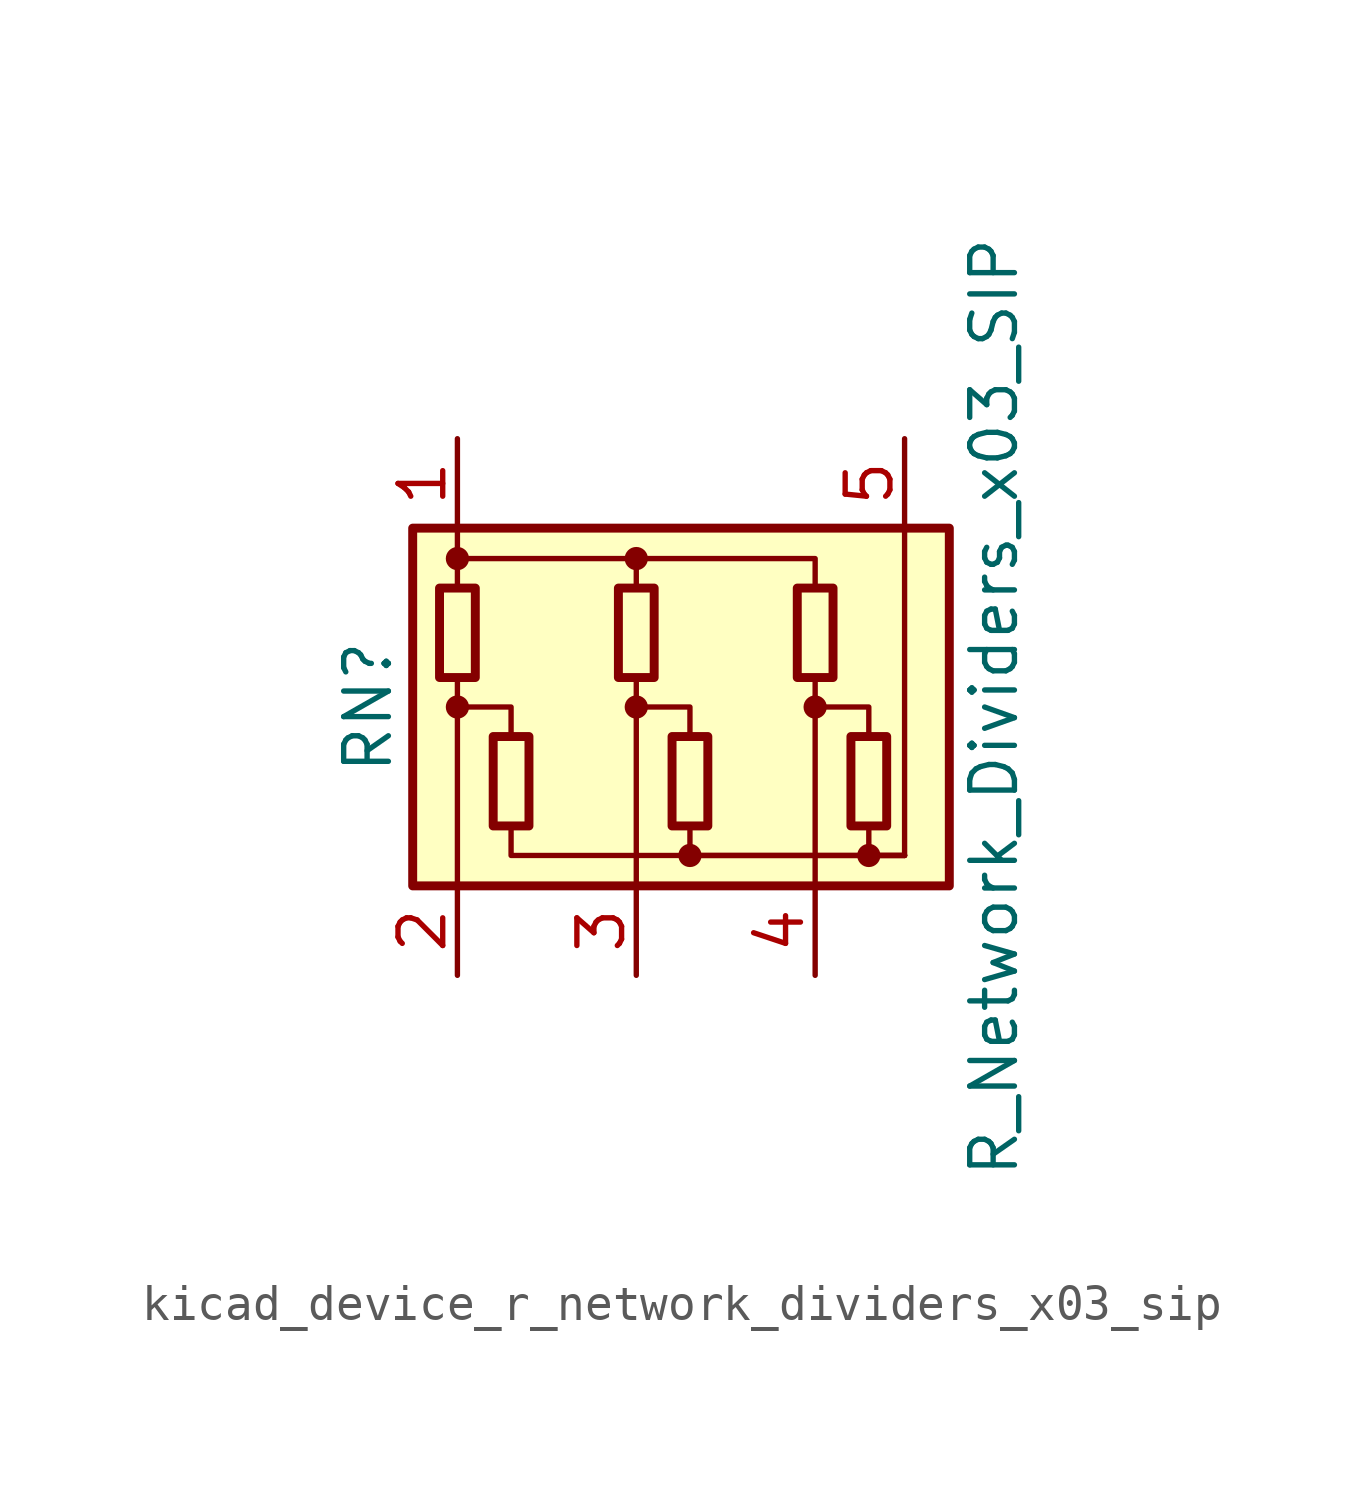
<source format=kicad_sym>
(kicad_symbol_lib
  (version 20220914)
  (generator kicad_symbol_editor)
  (symbol "kicad_device_r_network_dividers_x03_sip"
    (pin_names
      (offset 0) hide)
    (property "Reference" "RN"
      (at -7.62 0 90)
      (effects (font (size 1.27 1.27))))
    (property "Value" "R_Network_Dividers_x03_SIP"
      (at 10.16 0 90)
      (effects (font (size 1.27 1.27))))
    (symbol "kicad_device_r_network_dividers_x03_sip_0_1"
      (rectangle (start -6.35 -5.08) (end 8.89 5.08) (stroke (width 0.254) (type default)) (fill (type background)))
      (rectangle (start -5.588 3.378) (end -4.572 0.838) (stroke (width 0.254) (type default)) (fill (type none)))
      (circle (center -5.08 0) (radius 0.254) (stroke (width 0) (type default)) (fill (type outline)))
      (circle (center -5.08 4.216) (radius 0.254) (stroke (width 0) (type default)) (fill (type outline)))
      (rectangle (start -4.064 -3.378) (end -3.048 -0.838) (stroke (width 0.254) (type default)) (fill (type none)))
      (rectangle (start -0.508 3.378) (end 0.508 0.838) (stroke (width 0.254) (type default)) (fill (type none)))
      (polyline (pts (xy -5.08 -5.08) (xy -5.08 0.838)) (stroke (width 0) (type default)) (fill (type none)))
      (polyline (pts (xy -5.08 5.08) (xy -5.08 3.378)) (stroke (width 0) (type default)) (fill (type none)))
      (polyline (pts (xy 0 -5.08) (xy 0 0.838)) (stroke (width 0) (type default)) (fill (type none)))
      (polyline (pts (xy 5.08 -5.08) (xy 5.08 0.838)) (stroke (width 0) (type default)) (fill (type none)))
      (polyline (pts (xy 7.62 -4.216) (xy 7.62 5.08)) (stroke (width 0) (type default)) (fill (type none)))
      (polyline (pts (xy -5.08 0) (xy -3.556 0) (xy -3.556 -0.838)) (stroke (width 0) (type default)) (fill (type none)))
      (polyline (pts (xy -5.08 4.216) (xy 0 4.216) (xy 0 3.378)) (stroke (width 0) (type default)) (fill (type none)))
      (polyline (pts (xy -3.556 -3.378) (xy -3.556 -4.216) (xy 7.62 -4.216)) (stroke (width 0) (type default)) (fill (type none)))
      (polyline (pts (xy 0 0) (xy 1.524 0) (xy 1.524 -0.838)) (stroke (width 0) (type default)) (fill (type none)))
      (polyline (pts (xy 0 4.216) (xy 5.08 4.216) (xy 5.08 3.378)) (stroke (width 0) (type default)) (fill (type none)))
      (polyline (pts (xy 1.524 -3.378) (xy 1.524 -4.216) (xy 7.62 -4.216)) (stroke (width 0) (type default)) (fill (type none)))
      (polyline (pts (xy 5.08 0) (xy 6.604 0) (xy 6.604 -0.838)) (stroke (width 0) (type default)) (fill (type none)))
      (polyline (pts (xy 6.604 -3.378) (xy 6.604 -4.216) (xy 7.62 -4.216)) (stroke (width 0) (type default)) (fill (type none)))
      (circle (center 0 0) (radius 0.254) (stroke (width 0) (type default)) (fill (type outline)))
      (circle (center 0 4.216) (radius 0.254) (stroke (width 0) (type default)) (fill (type outline)))
      (rectangle (start 1.016 -3.378) (end 2.032 -0.838) (stroke (width 0.254) (type default)) (fill (type none)))
      (circle (center 1.524 -4.216) (radius 0.254) (stroke (width 0) (type default)) (fill (type outline)))
      (rectangle (start 4.572 3.378) (end 5.588 0.838) (stroke (width 0.254) (type default)) (fill (type none)))
      (circle (center 5.08 0) (radius 0.254) (stroke (width 0) (type default)) (fill (type outline)))
      (rectangle (start 6.096 -3.378) (end 7.112 -0.838) (stroke (width 0.254) (type default)) (fill (type none)))
      (circle (center 6.604 -4.216) (radius 0.254) (stroke (width 0) (type default)) (fill (type outline))))
    (symbol "kicad_device_r_network_dividers_x03_sip_1_1"
      (pin passive line (at -5.08 7.62 270) (length 2.54) (name "COM1" (effects (font (size 1.27 1.27)))) (number "1" (effects (font (size 1.27 1.27)))))
      (pin passive line (at -5.08 -7.62 90) (length 2.54) (name "R1" (effects (font (size 1.27 1.27)))) (number "2" (effects (font (size 1.27 1.27)))))
      (pin passive line (at 0 -7.62 90) (length 2.54) (name "R2" (effects (font (size 1.27 1.27)))) (number "3" (effects (font (size 1.27 1.27)))))
      (pin passive line (at 5.08 -7.62 90) (length 2.54) (name "R3" (effects (font (size 1.27 1.27)))) (number "4" (effects (font (size 1.27 1.27)))))
      (pin passive line (at 7.62 7.62 270) (length 2.54) (name "COM2" (effects (font (size 1.27 1.27)))) (number "5" (effects (font (size 1.27 1.27))))))))
</source>
